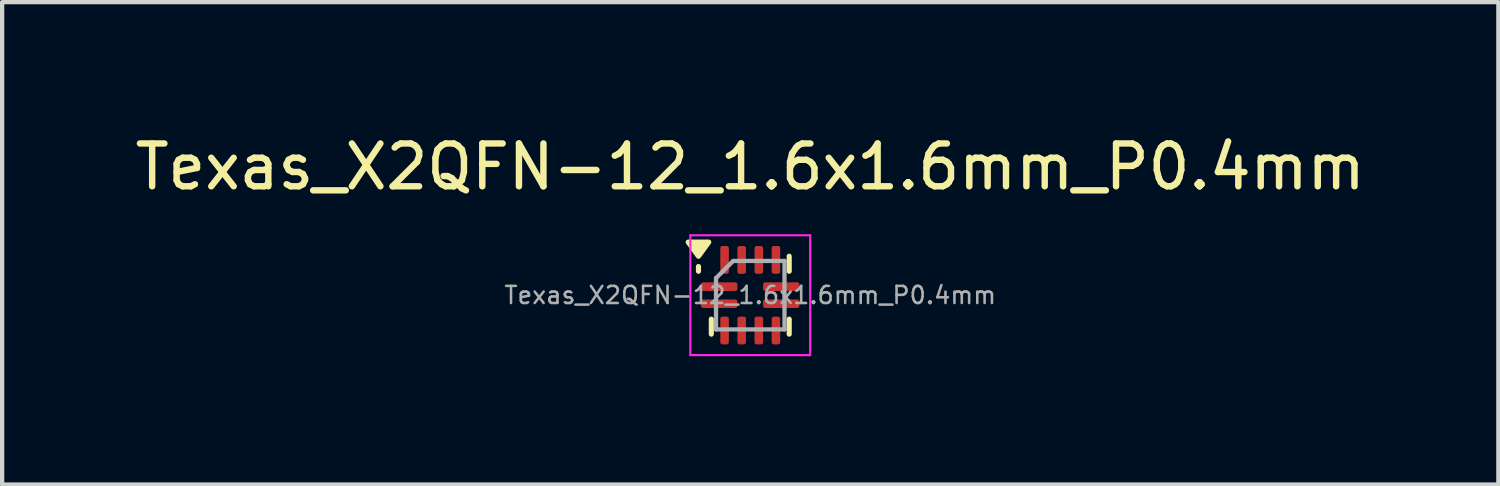
<source format=kicad_pcb>
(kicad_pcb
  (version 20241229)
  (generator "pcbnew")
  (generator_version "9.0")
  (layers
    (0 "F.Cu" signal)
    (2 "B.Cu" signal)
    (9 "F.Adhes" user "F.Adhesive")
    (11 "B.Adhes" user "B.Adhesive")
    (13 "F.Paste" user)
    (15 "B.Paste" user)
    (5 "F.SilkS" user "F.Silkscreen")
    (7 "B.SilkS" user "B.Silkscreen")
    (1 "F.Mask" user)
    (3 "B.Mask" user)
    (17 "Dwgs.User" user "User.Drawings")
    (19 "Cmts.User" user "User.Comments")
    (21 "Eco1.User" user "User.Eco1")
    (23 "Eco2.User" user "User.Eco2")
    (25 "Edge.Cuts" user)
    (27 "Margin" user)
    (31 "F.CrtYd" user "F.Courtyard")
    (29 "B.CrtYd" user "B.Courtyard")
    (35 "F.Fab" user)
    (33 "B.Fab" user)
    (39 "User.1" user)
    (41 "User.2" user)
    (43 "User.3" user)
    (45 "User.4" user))
  (footprint "Texas_X2QFN-12_1.6x1.6mm_P0.4mm"
    (layer "F.Cu")
    (at 14.482 3.848)
    (property "Reference" "Texas_X2QFN-12_1.6x1.6mm_P0.4mm" (at 0 -3 0) (layer "F.SilkS") (effects (font (size 1 1) (thickness 0.15))))
    (attr smd)
    (fp_line (start -1.21 -0.56) (end -1.21 -0.67) (stroke (width 0.12) (type solid)) (layer "F.SilkS"))
    (fp_line (start -0.91 0.91) (end -0.91 0.56) (stroke (width 0.12) (type solid)) (layer "F.SilkS"))
    (fp_line (start 0.91 -0.91) (end 0.91 -0.56) (stroke (width 0.12) (type solid)) (layer "F.SilkS"))
    (fp_line (start 0.91 0.91) (end 0.91 0.56) (stroke (width 0.12) (type solid)) (layer "F.SilkS"))
    (fp_poly (pts (xy -1.21 -0.91) (xy -1.45 -1.24) (xy -0.97 -1.24) (xy -1.21 -0.91)) (stroke (width 0.12) (type solid)) (fill yes) (layer "F.SilkS"))
    (fp_line (start -1.4 -1.4) (end -1.4 1.4) (stroke (width 0.05) (type solid)) (layer "F.CrtYd"))
    (fp_line (start -1.4 1.4) (end 1.4 1.4) (stroke (width 0.05) (type solid)) (layer "F.CrtYd"))
    (fp_line (start 1.4 -1.4) (end -1.4 -1.4) (stroke (width 0.05) (type solid)) (layer "F.CrtYd"))
    (fp_line (start 1.4 1.4) (end 1.4 -1.4) (stroke (width 0.05) (type solid)) (layer "F.CrtYd"))
    (fp_line (start -0.8 -0.4) (end -0.4 -0.8) (stroke (width 0.1) (type solid)) (layer "F.Fab"))
    (fp_line (start -0.8 0.8) (end -0.8 -0.4) (stroke (width 0.1) (type solid)) (layer "F.Fab"))
    (fp_line (start -0.4 -0.8) (end 0.8 -0.8) (stroke (width 0.1) (type solid)) (layer "F.Fab"))
    (fp_line (start 0.8 -0.8) (end 0.8 0.8) (stroke (width 0.1) (type solid)) (layer "F.Fab"))
    (fp_line (start 0.8 0.8) (end -0.8 0.8) (stroke (width 0.1) (type solid)) (layer "F.Fab"))
    (fp_text user "${REFERENCE}" (at 0 0 0) (layer "F.Fab") (effects (font (size 0.4 0.4) (thickness 0.06))))
    (pad "1" smd roundrect (at -0.725 -0.2) (size 0.85 0.2) (layers "F.Cu" "F.Mask" "F.Paste") (roundrect_rratio 0.25))
    (pad "2" smd roundrect (at -0.725 0.2) (size 0.85 0.2) (layers "F.Cu" "F.Mask" "F.Paste") (roundrect_rratio 0.25))
    (pad "3" smd roundrect (at -0.6 0.825) (size 0.2 0.65) (layers "F.Cu" "F.Mask" "F.Paste") (roundrect_rratio 0.25))
    (pad "4" smd roundrect (at -0.2 0.825) (size 0.2 0.65) (layers "F.Cu" "F.Mask" "F.Paste") (roundrect_rratio 0.25))
    (pad "5" smd roundrect (at 0.2 0.825) (size 0.2 0.65) (layers "F.Cu" "F.Mask" "F.Paste") (roundrect_rratio 0.25))
    (pad "6" smd roundrect (at 0.6 0.825) (size 0.2 0.65) (layers "F.Cu" "F.Mask" "F.Paste") (roundrect_rratio 0.25))
    (pad "7" smd roundrect (at 0.725 0.2) (size 0.85 0.2) (layers "F.Cu" "F.Mask" "F.Paste") (roundrect_rratio 0.25))
    (pad "8" smd roundrect (at 0.725 -0.2) (size 0.85 0.2) (layers "F.Cu" "F.Mask" "F.Paste") (roundrect_rratio 0.25))
    (pad "9" smd roundrect (at 0.6 -0.825) (size 0.2 0.65) (layers "F.Cu" "F.Mask" "F.Paste") (roundrect_rratio 0.25))
    (pad "10" smd roundrect (at 0.2 -0.825) (size 0.2 0.65) (layers "F.Cu" "F.Mask" "F.Paste") (roundrect_rratio 0.25))
    (pad "11" smd roundrect (at -0.2 -0.825) (size 0.2 0.65) (layers "F.Cu" "F.Mask" "F.Paste") (roundrect_rratio 0.25))
    (pad "12" smd roundrect (at -0.6 -0.825) (size 0.2 0.65) (layers "F.Cu" "F.Mask" "F.Paste") (roundrect_rratio 0.25)))
  (gr_rect
    (start -3 -3)
    (end 31.964 8.273)
    (stroke (width 0.1) (type default))
    (fill no)
    (layer "Edge.Cuts")))
</source>
